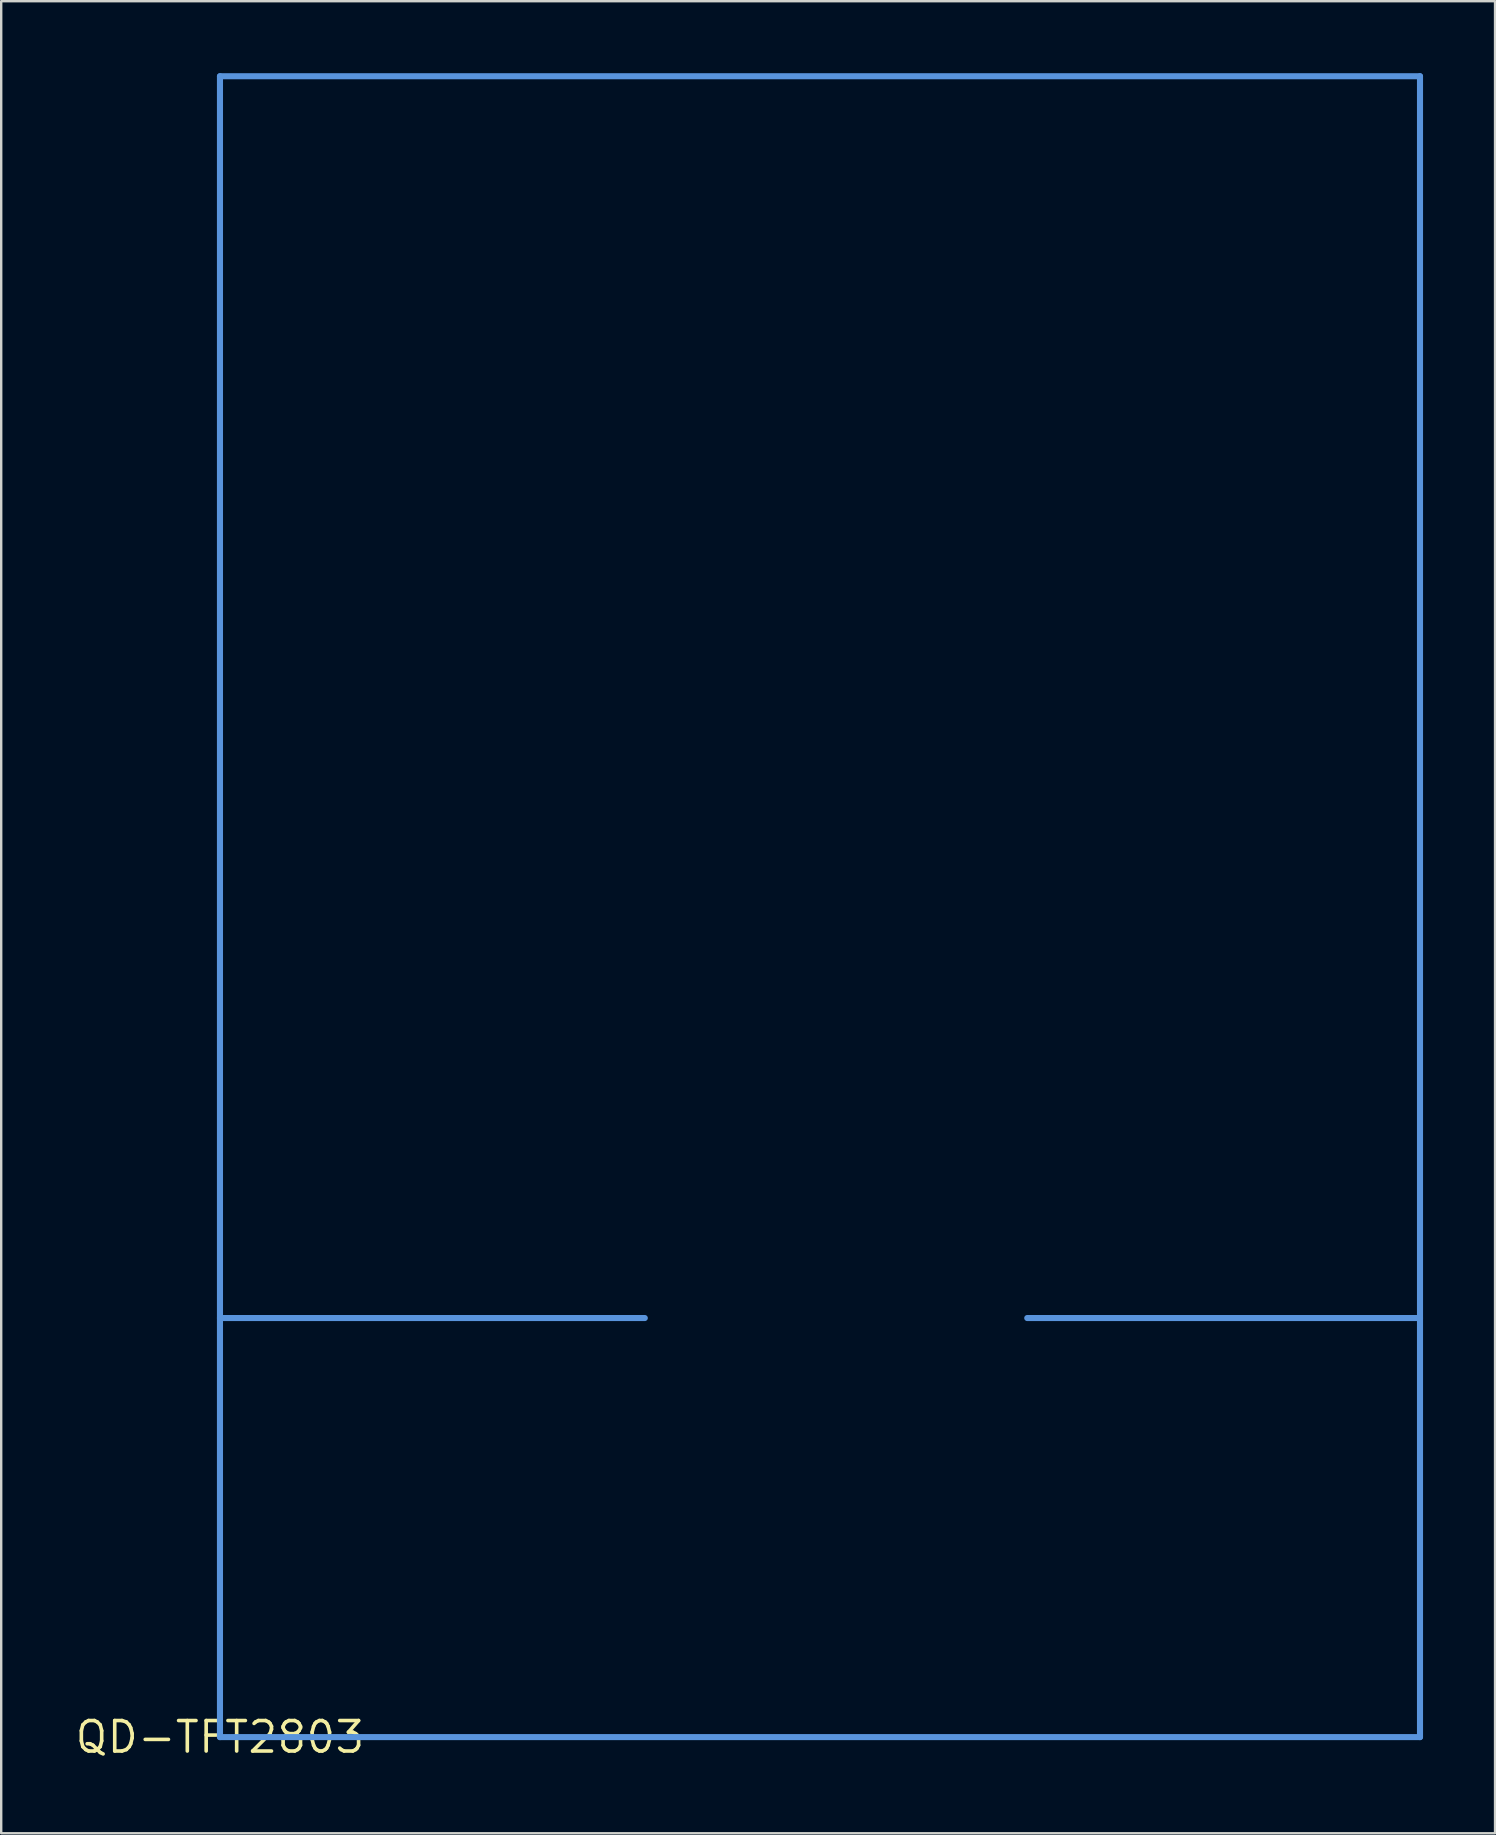
<source format=kicad_pcb>
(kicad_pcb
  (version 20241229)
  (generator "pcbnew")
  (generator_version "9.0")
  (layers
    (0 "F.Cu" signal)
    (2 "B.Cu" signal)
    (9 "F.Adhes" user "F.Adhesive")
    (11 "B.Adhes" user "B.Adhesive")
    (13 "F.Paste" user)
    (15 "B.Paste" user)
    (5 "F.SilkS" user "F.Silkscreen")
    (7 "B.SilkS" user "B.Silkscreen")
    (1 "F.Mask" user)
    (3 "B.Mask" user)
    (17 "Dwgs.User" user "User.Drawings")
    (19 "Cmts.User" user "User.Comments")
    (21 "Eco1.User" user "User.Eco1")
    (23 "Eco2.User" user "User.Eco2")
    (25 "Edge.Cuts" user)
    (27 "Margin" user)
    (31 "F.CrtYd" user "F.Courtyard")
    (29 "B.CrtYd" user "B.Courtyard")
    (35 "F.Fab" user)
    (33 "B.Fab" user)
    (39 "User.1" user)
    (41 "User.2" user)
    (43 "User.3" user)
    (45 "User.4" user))
  (footprint "QD-TFT2803"
    (layer "F.Cu")
    (at 6.115 69.327)
    (property "Reference" "QD-TFT2803" (at 0 0 0) (layer "F.SilkS") (effects (font (size 1.27 1.27) (thickness 0.15))))
    (attr through_hole)
    (fp_line (start 0 -69.2) (end 50 -69.2) (stroke (width 0.254) (type solid)) (layer "Cmts.User"))
    (fp_line (start 0 -17.46) (end 17.7 -17.46) (stroke (width 0.254) (type solid)) (layer "Cmts.User"))
    (fp_line (start 0 0) (end 0 -69.2) (stroke (width 0.254) (type solid)) (layer "Cmts.User"))
    (fp_line (start 0 0) (end 50 0) (stroke (width 0.254) (type solid)) (layer "Cmts.User"))
    (fp_line (start 33.636 -17.46) (end 50 -17.46) (stroke (width 0.254) (type solid)) (layer "Cmts.User"))
    (fp_line (start 50 0) (end 50 -69.2) (stroke (width 0.254) (type solid)) (layer "Cmts.User")))
  (gr_rect
    (start -3 -3)
    (end 59.242 73.333)
    (stroke (width 0.1) (type default))
    (fill no)
    (layer "Edge.Cuts")))
</source>
